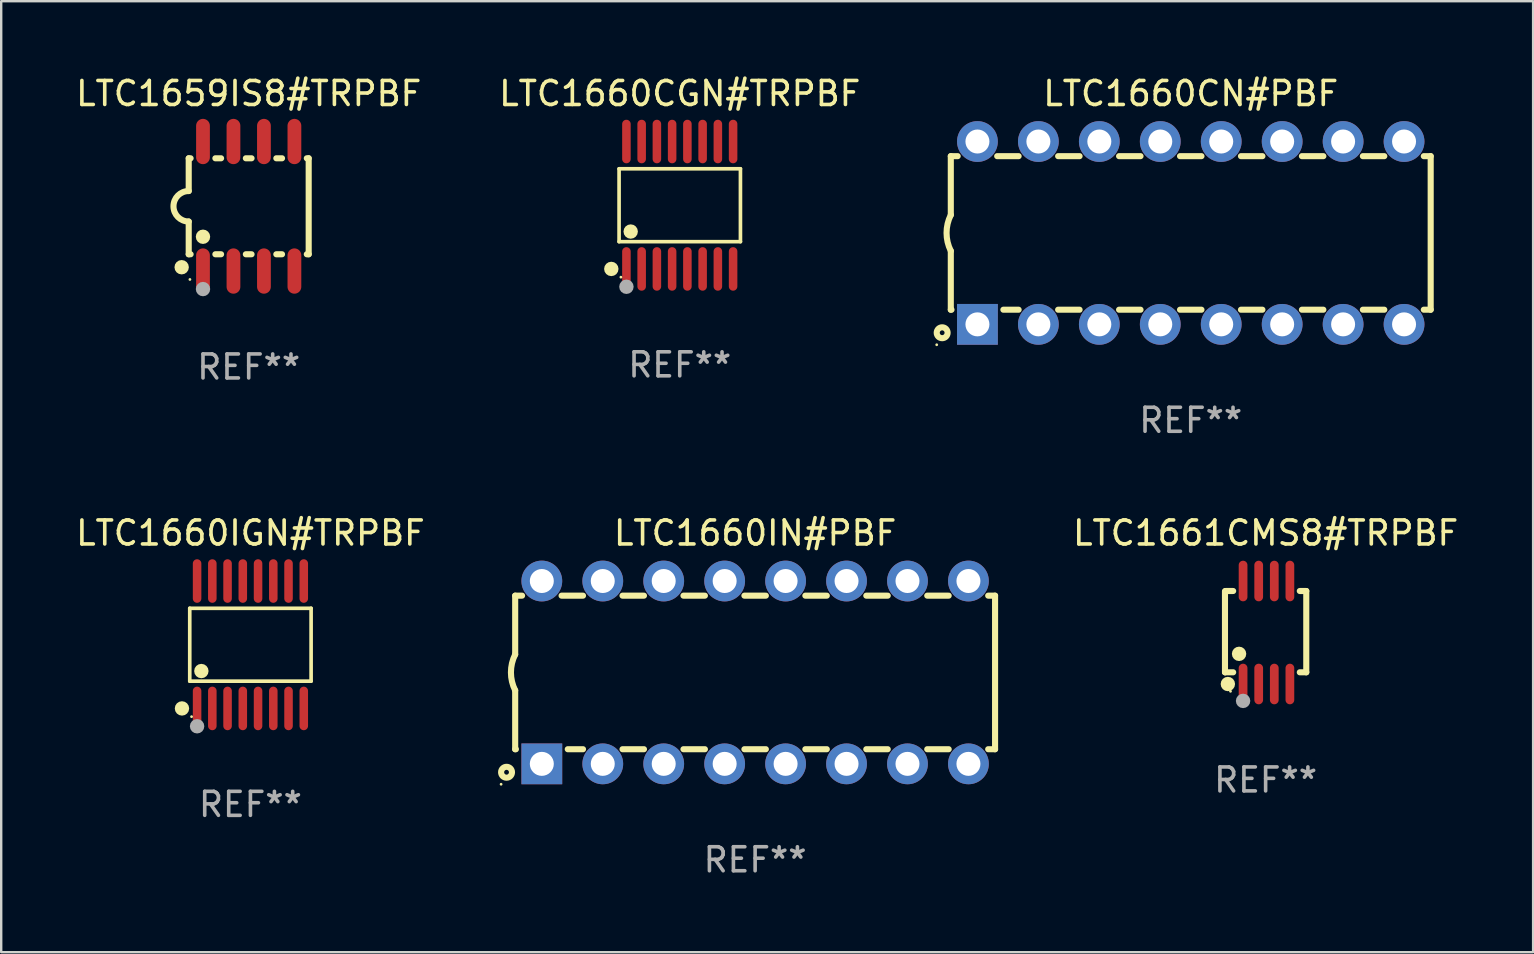
<source format=kicad_pcb>
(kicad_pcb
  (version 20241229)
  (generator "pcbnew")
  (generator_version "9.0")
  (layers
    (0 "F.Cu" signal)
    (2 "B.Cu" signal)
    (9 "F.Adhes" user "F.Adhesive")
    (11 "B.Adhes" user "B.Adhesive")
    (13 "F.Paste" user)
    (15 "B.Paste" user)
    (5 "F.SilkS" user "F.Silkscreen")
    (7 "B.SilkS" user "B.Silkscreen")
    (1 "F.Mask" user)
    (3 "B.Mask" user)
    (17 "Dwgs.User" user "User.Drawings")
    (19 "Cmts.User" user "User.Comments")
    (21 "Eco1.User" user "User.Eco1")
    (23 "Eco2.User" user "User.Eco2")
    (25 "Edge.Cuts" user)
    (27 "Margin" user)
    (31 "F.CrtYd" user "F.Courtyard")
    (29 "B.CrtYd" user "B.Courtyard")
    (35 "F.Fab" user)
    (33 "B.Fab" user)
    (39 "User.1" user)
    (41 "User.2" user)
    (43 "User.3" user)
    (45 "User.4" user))
  (footprint "LTC1659IS8#TRPBF"
    (layer "F.Cu")
    (at 7.315 5.547)
    (property "Reference" "LTC1659IS8#TRPBF" (at 0 -4.699 0) (layer "F.SilkS") (effects (font (size 1 1) (thickness 0.15))))
    (attr through_hole)
    (fp_line (start -2.5 -2) (end -2.5 -0.635) (stroke (width 0.254) (type solid)) (layer "F.SilkS"))
    (fp_line (start -2.5 -2) (end -2.421 -2) (stroke (width 0.254) (type solid)) (layer "F.SilkS"))
    (fp_line (start -2.5 2) (end -2.5 0.635) (stroke (width 0.254) (type solid)) (layer "F.SilkS"))
    (fp_line (start -2.5 2) (end -2.421 2) (stroke (width 0.254) (type solid)) (layer "F.SilkS"))
    (fp_line (start -1.389 -2) (end -1.151 -2) (stroke (width 0.254) (type solid)) (layer "F.SilkS"))
    (fp_line (start -1.389 2) (end -1.151 2) (stroke (width 0.254) (type solid)) (layer "F.SilkS"))
    (fp_line (start -0.119 -2) (end 0.119 -2) (stroke (width 0.254) (type solid)) (layer "F.SilkS"))
    (fp_line (start -0.119 2) (end 0.119 2) (stroke (width 0.254) (type solid)) (layer "F.SilkS"))
    (fp_line (start 1.151 -2) (end 1.389 -2) (stroke (width 0.254) (type solid)) (layer "F.SilkS"))
    (fp_line (start 1.151 2) (end 1.389 2) (stroke (width 0.254) (type solid)) (layer "F.SilkS"))
    (fp_line (start 2.421 -2) (end 2.5 -2) (stroke (width 0.254) (type solid)) (layer "F.SilkS"))
    (fp_line (start 2.421 2) (end 2.5 2) (stroke (width 0.254) (type solid)) (layer "F.SilkS"))
    (fp_line (start 2.5 -2) (end 2.5 2) (stroke (width 0.254) (type solid)) (layer "F.SilkS"))
    (fp_arc (start -2.5 0.635001) (mid -3.134366 -0.000318) (end -2.499365 -0.635001) (stroke (width 0.254001) (type solid)) (layer "F.SilkS"))
    (fp_circle (center -2.794 2.54) (end -2.644 2.54) (stroke (width 0.3) (type solid)) (fill no) (layer "F.SilkS"))
    (fp_circle (center -2.45 3.05) (end -2.42 3.05) (stroke (width 0.06) (type solid)) (fill no) (layer "F.SilkS"))
    (fp_circle (center -1.905 1.27) (end -1.755 1.27) (stroke (width 0.3) (type solid)) (fill no) (layer "F.SilkS"))
    (fp_circle (center -1.905 3.45) (end -1.755 3.45) (stroke (width 0.3) (type solid)) (fill no) (layer "F.Fab"))
    (fp_text user "REF**" (at 0 6.699 0) (layer "F.Fab") (effects (font (size 1 1) (thickness 0.15))))
    (pad "1" smd oval (at -1.905 2.699) (size 0.574 1.888) (layers "F.Cu" "F.Mask" "F.Paste"))
    (pad "2" smd oval (at -0.635 2.699) (size 0.574 1.888) (layers "F.Cu" "F.Mask" "F.Paste"))
    (pad "3" smd oval (at 0.635 2.699) (size 0.574 1.888) (layers "F.Cu" "F.Mask" "F.Paste"))
    (pad "4" smd oval (at 1.905 2.699) (size 0.574 1.888) (layers "F.Cu" "F.Mask" "F.Paste"))
    (pad "5" smd oval (at 1.905 -2.699) (size 0.574 1.888) (layers "F.Cu" "F.Mask" "F.Paste"))
    (pad "6" smd oval (at 0.635 -2.699) (size 0.574 1.888) (layers "F.Cu" "F.Mask" "F.Paste"))
    (pad "7" smd oval (at -0.635 -2.699) (size 0.574 1.888) (layers "F.Cu" "F.Mask" "F.Paste"))
    (pad "8" smd oval (at -1.905 -2.699) (size 0.574 1.888) (layers "F.Cu" "F.Mask" "F.Paste")))
  (footprint "LTC1660IN#PBF"
    (layer "F.Cu")
    (at 28.421 24.975)
    (property "Reference" "LTC1660IN#PBF" (at 0 -5.81 0) (layer "F.SilkS") (effects (font (size 1 1) (thickness 0.15))))
    (attr through_hole)
    (fp_line (start -10 -3.2) (end -10 -0.75) (stroke (width 0.254) (type solid)) (layer "F.SilkS"))
    (fp_line (start -10 -3.2) (end -9.713 -3.2) (stroke (width 0.254) (type solid)) (layer "F.SilkS"))
    (fp_line (start -10 3.2) (end -10 0.75) (stroke (width 0.254) (type solid)) (layer "F.SilkS"))
    (fp_line (start -10 3.2) (end -9.971 3.2) (stroke (width 0.254) (type solid)) (layer "F.SilkS"))
    (fp_line (start -8.067 -3.2) (end -7.173 -3.2) (stroke (width 0.254) (type solid)) (layer "F.SilkS"))
    (fp_line (start -7.809 3.2) (end -7.173 3.2) (stroke (width 0.254) (type solid)) (layer "F.SilkS"))
    (fp_line (start -5.527 3.2) (end -4.633 3.2) (stroke (width 0.254) (type solid)) (layer "F.SilkS"))
    (fp_line (start -5.527 -3.2) (end -4.633 -3.2) (stroke (width 0.254) (type solid)) (layer "F.SilkS"))
    (fp_line (start -2.987 3.2) (end -2.093 3.2) (stroke (width 0.254) (type solid)) (layer "F.SilkS"))
    (fp_line (start -2.987 -3.2) (end -2.093 -3.2) (stroke (width 0.254) (type solid)) (layer "F.SilkS"))
    (fp_line (start -0.447 3.2) (end 0.447 3.2) (stroke (width 0.254) (type solid)) (layer "F.SilkS"))
    (fp_line (start -0.447 -3.2) (end 0.447 -3.2) (stroke (width 0.254) (type solid)) (layer "F.SilkS"))
    (fp_line (start 2.093 3.2) (end 2.987 3.2) (stroke (width 0.254) (type solid)) (layer "F.SilkS"))
    (fp_line (start 2.093 -3.2) (end 2.987 -3.2) (stroke (width 0.254) (type solid)) (layer "F.SilkS"))
    (fp_line (start 4.633 3.2) (end 5.527 3.2) (stroke (width 0.254) (type solid)) (layer "F.SilkS"))
    (fp_line (start 4.633 -3.2) (end 5.527 -3.2) (stroke (width 0.254) (type solid)) (layer "F.SilkS"))
    (fp_line (start 7.173 3.2) (end 8.067 3.2) (stroke (width 0.254) (type solid)) (layer "F.SilkS"))
    (fp_line (start 7.173 -3.2) (end 8.067 -3.2) (stroke (width 0.254) (type solid)) (layer "F.SilkS"))
    (fp_line (start 9.713 3.2) (end 10 3.2) (stroke (width 0.254) (type solid)) (layer "F.SilkS"))
    (fp_line (start 9.713 -3.2) (end 10 -3.2) (stroke (width 0.254) (type solid)) (layer "F.SilkS"))
    (fp_line (start 10 -3.2) (end 10 3.2) (stroke (width 0.254) (type solid)) (layer "F.SilkS"))
    (fp_arc (start -10 0.748793) (mid -10.176918 -0.000607) (end -10.000025 -0.750013) (stroke (width 0.254001) (type solid)) (layer "F.SilkS"))
    (fp_circle (center -10.587 4.66) (end -10.557 4.66) (stroke (width 0.06) (type solid)) (fill no) (layer "F.SilkS"))
    (fp_circle (center -10.36 4.16) (end -10.26 4.16) (stroke (width 0.254) (type solid)) (fill no) (layer "F.SilkS"))
    (fp_text user "REF**" (at 0 7.81 0) (layer "F.Fab") (effects (font (size 1 1) (thickness 0.15))))
    (pad "1" thru_hole rect (at -8.89 3.81 90) (size 1.7 1.7) (drill 1) (layers "*.Cu" "*.Mask"))
    (pad "2" thru_hole circle (at -6.35 3.81) (size 1.7 1.7) (drill 1) (layers "*.Cu" "*.Mask"))
    (pad "3" thru_hole circle (at -3.81 3.81) (size 1.7 1.7) (drill 1) (layers "*.Cu" "*.Mask"))
    (pad "4" thru_hole circle (at -1.27 3.81) (size 1.7 1.7) (drill 1) (layers "*.Cu" "*.Mask"))
    (pad "5" thru_hole circle (at 1.27 3.81) (size 1.7 1.7) (drill 1) (layers "*.Cu" "*.Mask"))
    (pad "6" thru_hole circle (at 3.81 3.81) (size 1.7 1.7) (drill 1) (layers "*.Cu" "*.Mask"))
    (pad "7" thru_hole circle (at 6.35 3.81) (size 1.7 1.7) (drill 1) (layers "*.Cu" "*.Mask"))
    (pad "8" thru_hole circle (at 8.89 3.81) (size 1.7 1.7) (drill 1) (layers "*.Cu" "*.Mask"))
    (pad "9" thru_hole circle (at 8.89 -3.81) (size 1.7 1.7) (drill 1) (layers "*.Cu" "*.Mask"))
    (pad "10" thru_hole circle (at 6.35 -3.81) (size 1.7 1.7) (drill 1) (layers "*.Cu" "*.Mask"))
    (pad "11" thru_hole circle (at 3.81 -3.81) (size 1.7 1.7) (drill 1) (layers "*.Cu" "*.Mask"))
    (pad "12" thru_hole circle (at 1.27 -3.81) (size 1.7 1.7) (drill 1) (layers "*.Cu" "*.Mask"))
    (pad "13" thru_hole circle (at -1.27 -3.81) (size 1.7 1.7) (drill 1) (layers "*.Cu" "*.Mask"))
    (pad "14" thru_hole circle (at -3.81 -3.81) (size 1.7 1.7) (drill 1) (layers "*.Cu" "*.Mask"))
    (pad "15" thru_hole circle (at -6.35 -3.81) (size 1.7 1.7) (drill 1) (layers "*.Cu" "*.Mask"))
    (pad "16" thru_hole circle (at -8.89 -3.81) (size 1.7 1.7) (drill 1) (layers "*.Cu" "*.Mask")))
  (footprint "LTC1660CN#PBF"
    (layer "F.Cu")
    (at 46.576 6.658)
    (property "Reference" "LTC1660CN#PBF" (at 0 -5.81 0) (layer "F.SilkS") (effects (font (size 1 1) (thickness 0.15))))
    (attr through_hole)
    (fp_line (start -10 -3.2) (end -10 -0.75) (stroke (width 0.254) (type solid)) (layer "F.SilkS"))
    (fp_line (start -10 -3.2) (end -9.713 -3.2) (stroke (width 0.254) (type solid)) (layer "F.SilkS"))
    (fp_line (start -10 3.2) (end -10 0.75) (stroke (width 0.254) (type solid)) (layer "F.SilkS"))
    (fp_line (start -10 3.2) (end -9.971 3.2) (stroke (width 0.254) (type solid)) (layer "F.SilkS"))
    (fp_line (start -8.067 -3.2) (end -7.173 -3.2) (stroke (width 0.254) (type solid)) (layer "F.SilkS"))
    (fp_line (start -7.809 3.2) (end -7.173 3.2) (stroke (width 0.254) (type solid)) (layer "F.SilkS"))
    (fp_line (start -5.527 3.2) (end -4.633 3.2) (stroke (width 0.254) (type solid)) (layer "F.SilkS"))
    (fp_line (start -5.527 -3.2) (end -4.633 -3.2) (stroke (width 0.254) (type solid)) (layer "F.SilkS"))
    (fp_line (start -2.987 3.2) (end -2.093 3.2) (stroke (width 0.254) (type solid)) (layer "F.SilkS"))
    (fp_line (start -2.987 -3.2) (end -2.093 -3.2) (stroke (width 0.254) (type solid)) (layer "F.SilkS"))
    (fp_line (start -0.447 3.2) (end 0.447 3.2) (stroke (width 0.254) (type solid)) (layer "F.SilkS"))
    (fp_line (start -0.447 -3.2) (end 0.447 -3.2) (stroke (width 0.254) (type solid)) (layer "F.SilkS"))
    (fp_line (start 2.093 3.2) (end 2.987 3.2) (stroke (width 0.254) (type solid)) (layer "F.SilkS"))
    (fp_line (start 2.093 -3.2) (end 2.987 -3.2) (stroke (width 0.254) (type solid)) (layer "F.SilkS"))
    (fp_line (start 4.633 3.2) (end 5.527 3.2) (stroke (width 0.254) (type solid)) (layer "F.SilkS"))
    (fp_line (start 4.633 -3.2) (end 5.527 -3.2) (stroke (width 0.254) (type solid)) (layer "F.SilkS"))
    (fp_line (start 7.173 3.2) (end 8.067 3.2) (stroke (width 0.254) (type solid)) (layer "F.SilkS"))
    (fp_line (start 7.173 -3.2) (end 8.067 -3.2) (stroke (width 0.254) (type solid)) (layer "F.SilkS"))
    (fp_line (start 9.713 3.2) (end 10 3.2) (stroke (width 0.254) (type solid)) (layer "F.SilkS"))
    (fp_line (start 9.713 -3.2) (end 10 -3.2) (stroke (width 0.254) (type solid)) (layer "F.SilkS"))
    (fp_line (start 10 -3.2) (end 10 3.2) (stroke (width 0.254) (type solid)) (layer "F.SilkS"))
    (fp_arc (start -10 0.748793) (mid -10.176918 -0.000607) (end -10.000025 -0.750013) (stroke (width 0.254001) (type solid)) (layer "F.SilkS"))
    (fp_circle (center -10.587 4.66) (end -10.557 4.66) (stroke (width 0.06) (type solid)) (fill no) (layer "F.SilkS"))
    (fp_circle (center -10.36 4.16) (end -10.26 4.16) (stroke (width 0.254) (type solid)) (fill no) (layer "F.SilkS"))
    (fp_text user "REF**" (at 0 7.81 0) (layer "F.Fab") (effects (font (size 1 1) (thickness 0.15))))
    (pad "1" thru_hole rect (at -8.89 3.81 90) (size 1.7 1.7) (drill 1) (layers "*.Cu" "*.Mask"))
    (pad "2" thru_hole circle (at -6.35 3.81) (size 1.7 1.7) (drill 1) (layers "*.Cu" "*.Mask"))
    (pad "3" thru_hole circle (at -3.81 3.81) (size 1.7 1.7) (drill 1) (layers "*.Cu" "*.Mask"))
    (pad "4" thru_hole circle (at -1.27 3.81) (size 1.7 1.7) (drill 1) (layers "*.Cu" "*.Mask"))
    (pad "5" thru_hole circle (at 1.27 3.81) (size 1.7 1.7) (drill 1) (layers "*.Cu" "*.Mask"))
    (pad "6" thru_hole circle (at 3.81 3.81) (size 1.7 1.7) (drill 1) (layers "*.Cu" "*.Mask"))
    (pad "7" thru_hole circle (at 6.35 3.81) (size 1.7 1.7) (drill 1) (layers "*.Cu" "*.Mask"))
    (pad "8" thru_hole circle (at 8.89 3.81) (size 1.7 1.7) (drill 1) (layers "*.Cu" "*.Mask"))
    (pad "9" thru_hole circle (at 8.89 -3.81) (size 1.7 1.7) (drill 1) (layers "*.Cu" "*.Mask"))
    (pad "10" thru_hole circle (at 6.35 -3.81) (size 1.7 1.7) (drill 1) (layers "*.Cu" "*.Mask"))
    (pad "11" thru_hole circle (at 3.81 -3.81) (size 1.7 1.7) (drill 1) (layers "*.Cu" "*.Mask"))
    (pad "12" thru_hole circle (at 1.27 -3.81) (size 1.7 1.7) (drill 1) (layers "*.Cu" "*.Mask"))
    (pad "13" thru_hole circle (at -1.27 -3.81) (size 1.7 1.7) (drill 1) (layers "*.Cu" "*.Mask"))
    (pad "14" thru_hole circle (at -3.81 -3.81) (size 1.7 1.7) (drill 1) (layers "*.Cu" "*.Mask"))
    (pad "15" thru_hole circle (at -6.35 -3.81) (size 1.7 1.7) (drill 1) (layers "*.Cu" "*.Mask"))
    (pad "16" thru_hole circle (at -8.89 -3.81) (size 1.7 1.7) (drill 1) (layers "*.Cu" "*.Mask")))
  (footprint "LTC1660IGN#TRPBF"
    (layer "F.Cu")
    (at 7.387 23.82)
    (property "Reference" "LTC1660IGN#TRPBF" (at 0 -4.655 0) (layer "F.SilkS") (effects (font (size 1 1) (thickness 0.15))))
    (attr through_hole)
    (fp_line (start -2.529 -1.519) (end 2.529 -1.519) (stroke (width 0.152) (type solid)) (layer "F.SilkS"))
    (fp_line (start -2.529 1.519) (end -2.529 -1.519) (stroke (width 0.152) (type solid)) (layer "F.SilkS"))
    (fp_line (start 2.529 -1.519) (end 2.529 1.519) (stroke (width 0.152) (type solid)) (layer "F.SilkS"))
    (fp_line (start 2.529 1.519) (end -2.529 1.519) (stroke (width 0.152) (type solid)) (layer "F.SilkS"))
    (fp_circle (center -2.853 2.655) (end -2.703 2.655) (stroke (width 0.3) (type solid)) (fill no) (layer "F.SilkS"))
    (fp_circle (center -2.453 2.998) (end -2.423 2.998) (stroke (width 0.06) (type solid)) (fill no) (layer "F.SilkS"))
    (fp_circle (center -2.045 1.097) (end -1.895 1.097) (stroke (width 0.3) (type solid)) (fill no) (layer "F.SilkS"))
    (fp_circle (center -2.223 3.398) (end -2.072 3.398) (stroke (width 0.3) (type solid)) (fill no) (layer "F.Fab"))
    (fp_text user "REF**" (at 0 6.655 0) (layer "F.Fab") (effects (font (size 1 1) (thickness 0.15))))
    (pad "1" smd oval (at -2.223 2.655) (size 0.356 1.815) (layers "F.Cu" "F.Mask" "F.Paste"))
    (pad "2" smd oval (at -1.588 2.655) (size 0.356 1.815) (layers "F.Cu" "F.Mask" "F.Paste"))
    (pad "3" smd oval (at -0.953 2.655) (size 0.356 1.815) (layers "F.Cu" "F.Mask" "F.Paste"))
    (pad "4" smd oval (at -0.318 2.655) (size 0.356 1.815) (layers "F.Cu" "F.Mask" "F.Paste"))
    (pad "5" smd oval (at 0.318 2.655) (size 0.356 1.815) (layers "F.Cu" "F.Mask" "F.Paste"))
    (pad "6" smd oval (at 0.953 2.655) (size 0.356 1.815) (layers "F.Cu" "F.Mask" "F.Paste"))
    (pad "7" smd oval (at 1.588 2.655) (size 0.356 1.815) (layers "F.Cu" "F.Mask" "F.Paste"))
    (pad "8" smd oval (at 2.223 2.655) (size 0.356 1.815) (layers "F.Cu" "F.Mask" "F.Paste"))
    (pad "9" smd oval (at 2.223 -2.655) (size 0.356 1.815) (layers "F.Cu" "F.Mask" "F.Paste"))
    (pad "10" smd oval (at 1.588 -2.655) (size 0.356 1.815) (layers "F.Cu" "F.Mask" "F.Paste"))
    (pad "11" smd oval (at 0.953 -2.655) (size 0.356 1.815) (layers "F.Cu" "F.Mask" "F.Paste"))
    (pad "12" smd oval (at 0.318 -2.655) (size 0.356 1.815) (layers "F.Cu" "F.Mask" "F.Paste"))
    (pad "13" smd oval (at -0.318 -2.655) (size 0.356 1.815) (layers "F.Cu" "F.Mask" "F.Paste"))
    (pad "14" smd oval (at -0.953 -2.655) (size 0.356 1.815) (layers "F.Cu" "F.Mask" "F.Paste"))
    (pad "15" smd oval (at -1.588 -2.655) (size 0.356 1.815) (layers "F.Cu" "F.Mask" "F.Paste"))
    (pad "16" smd oval (at -2.223 -2.655) (size 0.356 1.815) (layers "F.Cu" "F.Mask" "F.Paste")))
  (footprint "LTC1660CGN#TRPBF"
    (layer "F.Cu")
    (at 25.28 5.503)
    (property "Reference" "LTC1660CGN#TRPBF" (at 0 -4.655 0) (layer "F.SilkS") (effects (font (size 1 1) (thickness 0.15))))
    (attr through_hole)
    (fp_line (start -2.529 -1.519) (end 2.529 -1.519) (stroke (width 0.152) (type solid)) (layer "F.SilkS"))
    (fp_line (start -2.529 1.519) (end -2.529 -1.519) (stroke (width 0.152) (type solid)) (layer "F.SilkS"))
    (fp_line (start 2.529 -1.519) (end 2.529 1.519) (stroke (width 0.152) (type solid)) (layer "F.SilkS"))
    (fp_line (start 2.529 1.519) (end -2.529 1.519) (stroke (width 0.152) (type solid)) (layer "F.SilkS"))
    (fp_circle (center -2.853 2.655) (end -2.703 2.655) (stroke (width 0.3) (type solid)) (fill no) (layer "F.SilkS"))
    (fp_circle (center -2.453 2.998) (end -2.423 2.998) (stroke (width 0.06) (type solid)) (fill no) (layer "F.SilkS"))
    (fp_circle (center -2.045 1.097) (end -1.895 1.097) (stroke (width 0.3) (type solid)) (fill no) (layer "F.SilkS"))
    (fp_circle (center -2.223 3.398) (end -2.072 3.398) (stroke (width 0.3) (type solid)) (fill no) (layer "F.Fab"))
    (fp_text user "REF**" (at 0 6.655 0) (layer "F.Fab") (effects (font (size 1 1) (thickness 0.15))))
    (pad "1" smd oval (at -2.223 2.655) (size 0.356 1.815) (layers "F.Cu" "F.Mask" "F.Paste"))
    (pad "2" smd oval (at -1.588 2.655) (size 0.356 1.815) (layers "F.Cu" "F.Mask" "F.Paste"))
    (pad "3" smd oval (at -0.953 2.655) (size 0.356 1.815) (layers "F.Cu" "F.Mask" "F.Paste"))
    (pad "4" smd oval (at -0.318 2.655) (size 0.356 1.815) (layers "F.Cu" "F.Mask" "F.Paste"))
    (pad "5" smd oval (at 0.318 2.655) (size 0.356 1.815) (layers "F.Cu" "F.Mask" "F.Paste"))
    (pad "6" smd oval (at 0.953 2.655) (size 0.356 1.815) (layers "F.Cu" "F.Mask" "F.Paste"))
    (pad "7" smd oval (at 1.588 2.655) (size 0.356 1.815) (layers "F.Cu" "F.Mask" "F.Paste"))
    (pad "8" smd oval (at 2.223 2.655) (size 0.356 1.815) (layers "F.Cu" "F.Mask" "F.Paste"))
    (pad "9" smd oval (at 2.223 -2.655) (size 0.356 1.815) (layers "F.Cu" "F.Mask" "F.Paste"))
    (pad "10" smd oval (at 1.588 -2.655) (size 0.356 1.815) (layers "F.Cu" "F.Mask" "F.Paste"))
    (pad "11" smd oval (at 0.953 -2.655) (size 0.356 1.815) (layers "F.Cu" "F.Mask" "F.Paste"))
    (pad "12" smd oval (at 0.318 -2.655) (size 0.356 1.815) (layers "F.Cu" "F.Mask" "F.Paste"))
    (pad "13" smd oval (at -0.318 -2.655) (size 0.356 1.815) (layers "F.Cu" "F.Mask" "F.Paste"))
    (pad "14" smd oval (at -0.953 -2.655) (size 0.356 1.815) (layers "F.Cu" "F.Mask" "F.Paste"))
    (pad "15" smd oval (at -1.588 -2.655) (size 0.356 1.815) (layers "F.Cu" "F.Mask" "F.Paste"))
    (pad "16" smd oval (at -2.223 -2.655) (size 0.356 1.815) (layers "F.Cu" "F.Mask" "F.Paste")))
  (footprint "LTC1661CMS8#TRPBF"
    (layer "F.Cu")
    (at 49.697 23.311)
    (property "Reference" "LTC1661CMS8#TRPBF" (at 0 -4.146 0) (layer "F.SilkS") (effects (font (size 1 1) (thickness 0.15))))
    (attr through_hole)
    (fp_line (start -1.694 -1.724) (end -1.694 1.652) (stroke (width 0.254) (type solid)) (layer "F.SilkS"))
    (fp_line (start -1.694 1.652) (end -1.688 1.658) (stroke (width 0.254) (type solid)) (layer "F.SilkS"))
    (fp_line (start -1.688 1.658) (end -1.353 1.658) (stroke (width 0.254) (type solid)) (layer "F.SilkS"))
    (fp_line (start -1.661 -1.73) (end -1.681 -1.71) (stroke (width 0.254) (type solid)) (layer "F.SilkS"))
    (fp_line (start -1.353 -1.73) (end -1.661 -1.73) (stroke (width 0.254) (type solid)) (layer "F.SilkS"))
    (fp_line (start 1.424 1.658) (end 1.694 1.658) (stroke (width 0.254) (type solid)) (layer "F.SilkS"))
    (fp_line (start 1.694 -1.73) (end 1.424 -1.73) (stroke (width 0.254) (type solid)) (layer "F.SilkS"))
    (fp_line (start 1.694 1.658) (end 1.694 -1.73) (stroke (width 0.254) (type solid)) (layer "F.SilkS"))
    (fp_circle (center -1.574 2.146) (end -1.424 2.146) (stroke (width 0.3) (type solid)) (fill no) (layer "F.SilkS"))
    (fp_circle (center -1.464 2.45) (end -1.434 2.45) (stroke (width 0.06) (type solid)) (fill no) (layer "F.SilkS"))
    (fp_circle (center -1.107 0.889) (end -0.957 0.889) (stroke (width 0.3) (type solid)) (fill no) (layer "F.SilkS"))
    (fp_circle (center -0.94 2.85) (end -0.789 2.85) (stroke (width 0.3) (type solid)) (fill no) (layer "F.Fab"))
    (fp_text user "REF**" (at 0 6.146 0) (layer "F.Fab") (effects (font (size 1 1) (thickness 0.15))))
    (pad "1" smd oval (at -0.94 2.146) (size 0.364 1.692) (layers "F.Cu" "F.Mask" "F.Paste"))
    (pad "2" smd oval (at -0.289 2.146) (size 0.364 1.692) (layers "F.Cu" "F.Mask" "F.Paste"))
    (pad "3" smd oval (at 0.361 2.146) (size 0.364 1.692) (layers "F.Cu" "F.Mask" "F.Paste"))
    (pad "4" smd oval (at 1.011 2.146) (size 0.364 1.692) (layers "F.Cu" "F.Mask" "F.Paste"))
    (pad "5" smd oval (at 1.011 -2.146) (size 0.364 1.692) (layers "F.Cu" "F.Mask" "F.Paste"))
    (pad "6" smd oval (at 0.361 -2.146) (size 0.364 1.692) (layers "F.Cu" "F.Mask" "F.Paste"))
    (pad "7" smd oval (at -0.289 -2.146) (size 0.364 1.692) (layers "F.Cu" "F.Mask" "F.Paste"))
    (pad "8" smd oval (at -0.94 -2.146) (size 0.364 1.692) (layers "F.Cu" "F.Mask" "F.Paste")))
  (gr_rect
    (start -3 -3)
    (end 60.845 36.633)
    (stroke (width 0.1) (type default))
    (fill no)
    (layer "Edge.Cuts")))
</source>
